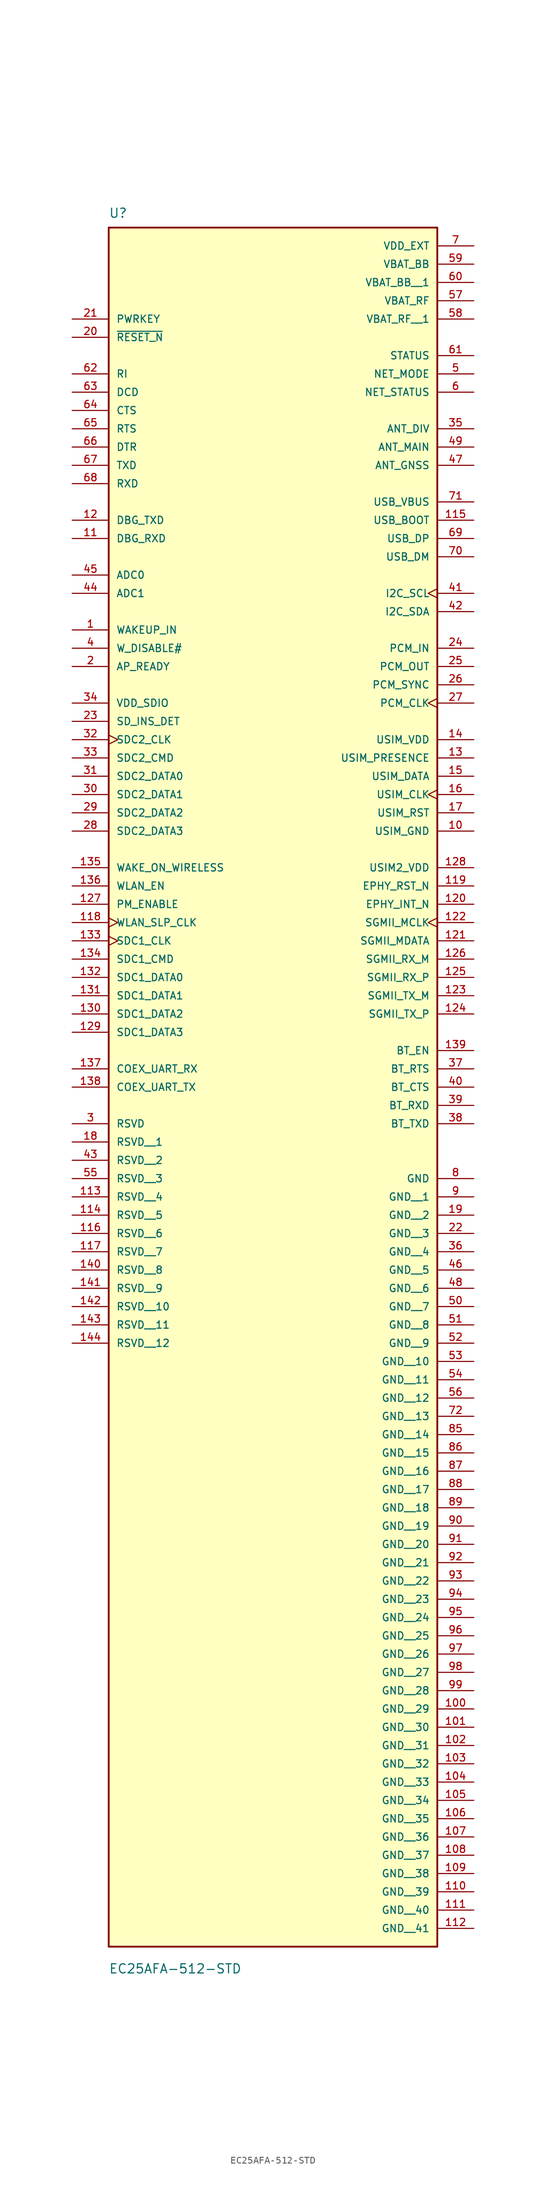
<source format=kicad_sym>
(kicad_symbol_lib
  (version 20231120)
  (generator "kicad_symbol_editor")
  (generator_version "8.0")
  (symbol "EC25AFA-512-STD"
    (pin_names
      (offset 1.016))
    (property "Reference" "U"
      (at -22.86 64.77 0)
      (effects (font (size 1.27 1.27)) (justify left bottom)))
    (property "Value" "EC25AFA-512-STD"
      (at -22.86 -179.07 0)
      (effects (font (size 1.27 1.27)) (justify left bottom)))
    (symbol "EC25AFA-512-STD_0_0"
      (rectangle (start -22.86 -175.26) (end 22.86 63.5) (stroke (width 0.254) (type default)) (fill (type background)))
      (pin input line (at -27.94 7.62 0) (length 5.08) (name "WAKEUP_IN" (effects (font (size 1.016 1.016)))) (number "1" (effects (font (size 1.016 1.016)))))
      (pin power_in line (at 27.94 -20.32 180) (length 5.08) (name "USIM_GND" (effects (font (size 1.016 1.016)))) (number "10" (effects (font (size 1.016 1.016)))))
      (pin power_in line (at 27.94 -142.24 180) (length 5.08) (name "GND__29" (effects (font (size 1.016 1.016)))) (number "100" (effects (font (size 1.016 1.016)))))
      (pin power_in line (at 27.94 -144.78 180) (length 5.08) (name "GND__30" (effects (font (size 1.016 1.016)))) (number "101" (effects (font (size 1.016 1.016)))))
      (pin power_in line (at 27.94 -147.32 180) (length 5.08) (name "GND__31" (effects (font (size 1.016 1.016)))) (number "102" (effects (font (size 1.016 1.016)))))
      (pin power_in line (at 27.94 -149.86 180) (length 5.08) (name "GND__32" (effects (font (size 1.016 1.016)))) (number "103" (effects (font (size 1.016 1.016)))))
      (pin power_in line (at 27.94 -152.4 180) (length 5.08) (name "GND__33" (effects (font (size 1.016 1.016)))) (number "104" (effects (font (size 1.016 1.016)))))
      (pin power_in line (at 27.94 -154.94 180) (length 5.08) (name "GND__34" (effects (font (size 1.016 1.016)))) (number "105" (effects (font (size 1.016 1.016)))))
      (pin power_in line (at 27.94 -157.48 180) (length 5.08) (name "GND__35" (effects (font (size 1.016 1.016)))) (number "106" (effects (font (size 1.016 1.016)))))
      (pin power_in line (at 27.94 -160.02 180) (length 5.08) (name "GND__36" (effects (font (size 1.016 1.016)))) (number "107" (effects (font (size 1.016 1.016)))))
      (pin power_in line (at 27.94 -162.56 180) (length 5.08) (name "GND__37" (effects (font (size 1.016 1.016)))) (number "108" (effects (font (size 1.016 1.016)))))
      (pin power_in line (at 27.94 -165.1 180) (length 5.08) (name "GND__38" (effects (font (size 1.016 1.016)))) (number "109" (effects (font (size 1.016 1.016)))))
      (pin input line (at -27.94 20.32 0) (length 5.08) (name "DBG_RXD" (effects (font (size 1.016 1.016)))) (number "11" (effects (font (size 1.016 1.016)))))
      (pin power_in line (at 27.94 -167.64 180) (length 5.08) (name "GND__39" (effects (font (size 1.016 1.016)))) (number "110" (effects (font (size 1.016 1.016)))))
      (pin power_in line (at 27.94 -170.18 180) (length 5.08) (name "GND__40" (effects (font (size 1.016 1.016)))) (number "111" (effects (font (size 1.016 1.016)))))
      (pin power_in line (at 27.94 -172.72 180) (length 5.08) (name "GND__41" (effects (font (size 1.016 1.016)))) (number "112" (effects (font (size 1.016 1.016)))))
      (pin passive line (at -27.94 -71.12 0) (length 5.08) (name "RSVD__4" (effects (font (size 1.016 1.016)))) (number "113" (effects (font (size 1.016 1.016)))))
      (pin passive line (at -27.94 -73.66 0) (length 5.08) (name "RSVD__5" (effects (font (size 1.016 1.016)))) (number "114" (effects (font (size 1.016 1.016)))))
      (pin input line (at 27.94 22.86 180) (length 5.08) (name "USB_BOOT" (effects (font (size 1.016 1.016)))) (number "115" (effects (font (size 1.016 1.016)))))
      (pin passive line (at -27.94 -76.2 0) (length 5.08) (name "RSVD__6" (effects (font (size 1.016 1.016)))) (number "116" (effects (font (size 1.016 1.016)))))
      (pin passive line (at -27.94 -78.74 0) (length 5.08) (name "RSVD__7" (effects (font (size 1.016 1.016)))) (number "117" (effects (font (size 1.016 1.016)))))
      (pin output clock (at -27.94 -33.02 0) (length 5.08) (name "WLAN_SLP_CLK" (effects (font (size 1.016 1.016)))) (number "118" (effects (font (size 1.016 1.016)))))
      (pin output line (at 27.94 -27.94 180) (length 5.08) (name "EPHY_RST_N" (effects (font (size 1.016 1.016)))) (number "119" (effects (font (size 1.016 1.016)))))
      (pin output line (at -27.94 22.86 0) (length 5.08) (name "DBG_TXD" (effects (font (size 1.016 1.016)))) (number "12" (effects (font (size 1.016 1.016)))))
      (pin input line (at 27.94 -30.48 180) (length 5.08) (name "EPHY_INT_N" (effects (font (size 1.016 1.016)))) (number "120" (effects (font (size 1.016 1.016)))))
      (pin bidirectional line (at 27.94 -35.56 180) (length 5.08) (name "SGMII_MDATA" (effects (font (size 1.016 1.016)))) (number "121" (effects (font (size 1.016 1.016)))))
      (pin output clock (at 27.94 -33.02 180) (length 5.08) (name "SGMII_MCLK" (effects (font (size 1.016 1.016)))) (number "122" (effects (font (size 1.016 1.016)))))
      (pin output line (at 27.94 -43.18 180) (length 5.08) (name "SGMII_TX_M" (effects (font (size 1.016 1.016)))) (number "123" (effects (font (size 1.016 1.016)))))
      (pin output line (at 27.94 -45.72 180) (length 5.08) (name "SGMII_TX_P" (effects (font (size 1.016 1.016)))) (number "124" (effects (font (size 1.016 1.016)))))
      (pin input line (at 27.94 -40.64 180) (length 5.08) (name "SGMII_RX_P" (effects (font (size 1.016 1.016)))) (number "125" (effects (font (size 1.016 1.016)))))
      (pin input line (at 27.94 -38.1 180) (length 5.08) (name "SGMII_RX_M" (effects (font (size 1.016 1.016)))) (number "126" (effects (font (size 1.016 1.016)))))
      (pin output line (at -27.94 -30.48 0) (length 5.08) (name "PM_ENABLE" (effects (font (size 1.016 1.016)))) (number "127" (effects (font (size 1.016 1.016)))))
      (pin power_in line (at 27.94 -25.4 180) (length 5.08) (name "USIM2_VDD" (effects (font (size 1.016 1.016)))) (number "128" (effects (font (size 1.016 1.016)))))
      (pin bidirectional line (at -27.94 -48.26 0) (length 5.08) (name "SDC1_DATA3" (effects (font (size 1.016 1.016)))) (number "129" (effects (font (size 1.016 1.016)))))
      (pin input line (at 27.94 -10.16 180) (length 5.08) (name "USIM_PRESENCE" (effects (font (size 1.016 1.016)))) (number "13" (effects (font (size 1.016 1.016)))))
      (pin bidirectional line (at -27.94 -45.72 0) (length 5.08) (name "SDC1_DATA2" (effects (font (size 1.016 1.016)))) (number "130" (effects (font (size 1.016 1.016)))))
      (pin bidirectional line (at -27.94 -43.18 0) (length 5.08) (name "SDC1_DATA1" (effects (font (size 1.016 1.016)))) (number "131" (effects (font (size 1.016 1.016)))))
      (pin bidirectional line (at -27.94 -40.64 0) (length 5.08) (name "SDC1_DATA0" (effects (font (size 1.016 1.016)))) (number "132" (effects (font (size 1.016 1.016)))))
      (pin output clock (at -27.94 -35.56 0) (length 5.08) (name "SDC1_CLK" (effects (font (size 1.016 1.016)))) (number "133" (effects (font (size 1.016 1.016)))))
      (pin output line (at -27.94 -38.1 0) (length 5.08) (name "SDC1_CMD" (effects (font (size 1.016 1.016)))) (number "134" (effects (font (size 1.016 1.016)))))
      (pin input line (at -27.94 -25.4 0) (length 5.08) (name "WAKE_ON_WIRELESS" (effects (font (size 1.016 1.016)))) (number "135" (effects (font (size 1.016 1.016)))))
      (pin output line (at -27.94 -27.94 0) (length 5.08) (name "WLAN_EN" (effects (font (size 1.016 1.016)))) (number "136" (effects (font (size 1.016 1.016)))))
      (pin input line (at -27.94 -53.34 0) (length 5.08) (name "COEX_UART_RX" (effects (font (size 1.016 1.016)))) (number "137" (effects (font (size 1.016 1.016)))))
      (pin output line (at -27.94 -55.88 0) (length 5.08) (name "COEX_UART_TX" (effects (font (size 1.016 1.016)))) (number "138" (effects (font (size 1.016 1.016)))))
      (pin output line (at 27.94 -50.8 180) (length 5.08) (name "BT_EN" (effects (font (size 1.016 1.016)))) (number "139" (effects (font (size 1.016 1.016)))))
      (pin power_in line (at 27.94 -7.62 180) (length 5.08) (name "USIM_VDD" (effects (font (size 1.016 1.016)))) (number "14" (effects (font (size 1.016 1.016)))))
      (pin passive line (at -27.94 -81.28 0) (length 5.08) (name "RSVD__8" (effects (font (size 1.016 1.016)))) (number "140" (effects (font (size 1.016 1.016)))))
      (pin passive line (at -27.94 -83.82 0) (length 5.08) (name "RSVD__9" (effects (font (size 1.016 1.016)))) (number "141" (effects (font (size 1.016 1.016)))))
      (pin passive line (at -27.94 -86.36 0) (length 5.08) (name "RSVD__10" (effects (font (size 1.016 1.016)))) (number "142" (effects (font (size 1.016 1.016)))))
      (pin passive line (at -27.94 -88.9 0) (length 5.08) (name "RSVD__11" (effects (font (size 1.016 1.016)))) (number "143" (effects (font (size 1.016 1.016)))))
      (pin passive line (at -27.94 -91.44 0) (length 5.08) (name "RSVD__12" (effects (font (size 1.016 1.016)))) (number "144" (effects (font (size 1.016 1.016)))))
      (pin bidirectional line (at 27.94 -12.7 180) (length 5.08) (name "USIM_DATA" (effects (font (size 1.016 1.016)))) (number "15" (effects (font (size 1.016 1.016)))))
      (pin output clock (at 27.94 -15.24 180) (length 5.08) (name "USIM_CLK" (effects (font (size 1.016 1.016)))) (number "16" (effects (font (size 1.016 1.016)))))
      (pin output line (at 27.94 -17.78 180) (length 5.08) (name "USIM_RST" (effects (font (size 1.016 1.016)))) (number "17" (effects (font (size 1.016 1.016)))))
      (pin passive line (at -27.94 -63.5 0) (length 5.08) (name "RSVD__1" (effects (font (size 1.016 1.016)))) (number "18" (effects (font (size 1.016 1.016)))))
      (pin power_in line (at 27.94 -73.66 180) (length 5.08) (name "GND__2" (effects (font (size 1.016 1.016)))) (number "19" (effects (font (size 1.016 1.016)))))
      (pin input line (at -27.94 2.54 0) (length 5.08) (name "AP_READY" (effects (font (size 1.016 1.016)))) (number "2" (effects (font (size 1.016 1.016)))))
      (pin input line (at -27.94 48.26 0) (length 5.08) (name "~{RESET_N}" (effects (font (size 1.016 1.016)))) (number "20" (effects (font (size 1.016 1.016)))))
      (pin input line (at -27.94 50.8 0) (length 5.08) (name "PWRKEY" (effects (font (size 1.016 1.016)))) (number "21" (effects (font (size 1.016 1.016)))))
      (pin power_in line (at 27.94 -76.2 180) (length 5.08) (name "GND__3" (effects (font (size 1.016 1.016)))) (number "22" (effects (font (size 1.016 1.016)))))
      (pin input line (at -27.94 -5.08 0) (length 5.08) (name "SD_INS_DET" (effects (font (size 1.016 1.016)))) (number "23" (effects (font (size 1.016 1.016)))))
      (pin input line (at 27.94 5.08 180) (length 5.08) (name "PCM_IN" (effects (font (size 1.016 1.016)))) (number "24" (effects (font (size 1.016 1.016)))))
      (pin output line (at 27.94 2.54 180) (length 5.08) (name "PCM_OUT" (effects (font (size 1.016 1.016)))) (number "25" (effects (font (size 1.016 1.016)))))
      (pin bidirectional line (at 27.94 0 180) (length 5.08) (name "PCM_SYNC" (effects (font (size 1.016 1.016)))) (number "26" (effects (font (size 1.016 1.016)))))
      (pin bidirectional clock (at 27.94 -2.54 180) (length 5.08) (name "PCM_CLK" (effects (font (size 1.016 1.016)))) (number "27" (effects (font (size 1.016 1.016)))))
      (pin bidirectional line (at -27.94 -20.32 0) (length 5.08) (name "SDC2_DATA3" (effects (font (size 1.016 1.016)))) (number "28" (effects (font (size 1.016 1.016)))))
      (pin bidirectional line (at -27.94 -17.78 0) (length 5.08) (name "SDC2_DATA2" (effects (font (size 1.016 1.016)))) (number "29" (effects (font (size 1.016 1.016)))))
      (pin passive line (at -27.94 -60.96 0) (length 5.08) (name "RSVD" (effects (font (size 1.016 1.016)))) (number "3" (effects (font (size 1.016 1.016)))))
      (pin bidirectional line (at -27.94 -15.24 0) (length 5.08) (name "SDC2_DATA1" (effects (font (size 1.016 1.016)))) (number "30" (effects (font (size 1.016 1.016)))))
      (pin bidirectional line (at -27.94 -12.7 0) (length 5.08) (name "SDC2_DATA0" (effects (font (size 1.016 1.016)))) (number "31" (effects (font (size 1.016 1.016)))))
      (pin output clock (at -27.94 -7.62 0) (length 5.08) (name "SDC2_CLK" (effects (font (size 1.016 1.016)))) (number "32" (effects (font (size 1.016 1.016)))))
      (pin bidirectional line (at -27.94 -10.16 0) (length 5.08) (name "SDC2_CMD" (effects (font (size 1.016 1.016)))) (number "33" (effects (font (size 1.016 1.016)))))
      (pin power_in line (at -27.94 -2.54 0) (length 5.08) (name "VDD_SDIO" (effects (font (size 1.016 1.016)))) (number "34" (effects (font (size 1.016 1.016)))))
      (pin input line (at 27.94 35.56 180) (length 5.08) (name "ANT_DIV" (effects (font (size 1.016 1.016)))) (number "35" (effects (font (size 1.016 1.016)))))
      (pin power_in line (at 27.94 -78.74 180) (length 5.08) (name "GND__4" (effects (font (size 1.016 1.016)))) (number "36" (effects (font (size 1.016 1.016)))))
      (pin input line (at 27.94 -53.34 180) (length 5.08) (name "BT_RTS" (effects (font (size 1.016 1.016)))) (number "37" (effects (font (size 1.016 1.016)))))
      (pin output line (at 27.94 -60.96 180) (length 5.08) (name "BT_TXD" (effects (font (size 1.016 1.016)))) (number "38" (effects (font (size 1.016 1.016)))))
      (pin input line (at 27.94 -58.42 180) (length 5.08) (name "BT_RXD" (effects (font (size 1.016 1.016)))) (number "39" (effects (font (size 1.016 1.016)))))
      (pin input line (at -27.94 5.08 0) (length 5.08) (name "W_DISABLE#" (effects (font (size 1.016 1.016)))) (number "4" (effects (font (size 1.016 1.016)))))
      (pin output line (at 27.94 -55.88 180) (length 5.08) (name "BT_CTS" (effects (font (size 1.016 1.016)))) (number "40" (effects (font (size 1.016 1.016)))))
      (pin output clock (at 27.94 12.7 180) (length 5.08) (name "I2C_SCL" (effects (font (size 1.016 1.016)))) (number "41" (effects (font (size 1.016 1.016)))))
      (pin output line (at 27.94 10.16 180) (length 5.08) (name "I2C_SDA" (effects (font (size 1.016 1.016)))) (number "42" (effects (font (size 1.016 1.016)))))
      (pin passive line (at -27.94 -66.04 0) (length 5.08) (name "RSVD__2" (effects (font (size 1.016 1.016)))) (number "43" (effects (font (size 1.016 1.016)))))
      (pin input line (at -27.94 12.7 0) (length 5.08) (name "ADC1" (effects (font (size 1.016 1.016)))) (number "44" (effects (font (size 1.016 1.016)))))
      (pin input line (at -27.94 15.24 0) (length 5.08) (name "ADC0" (effects (font (size 1.016 1.016)))) (number "45" (effects (font (size 1.016 1.016)))))
      (pin power_in line (at 27.94 -81.28 180) (length 5.08) (name "GND__5" (effects (font (size 1.016 1.016)))) (number "46" (effects (font (size 1.016 1.016)))))
      (pin input line (at 27.94 30.48 180) (length 5.08) (name "ANT_GNSS" (effects (font (size 1.016 1.016)))) (number "47" (effects (font (size 1.016 1.016)))))
      (pin power_in line (at 27.94 -83.82 180) (length 5.08) (name "GND__6" (effects (font (size 1.016 1.016)))) (number "48" (effects (font (size 1.016 1.016)))))
      (pin bidirectional line (at 27.94 33.02 180) (length 5.08) (name "ANT_MAIN" (effects (font (size 1.016 1.016)))) (number "49" (effects (font (size 1.016 1.016)))))
      (pin output line (at 27.94 43.18 180) (length 5.08) (name "NET_MODE" (effects (font (size 1.016 1.016)))) (number "5" (effects (font (size 1.016 1.016)))))
      (pin power_in line (at 27.94 -86.36 180) (length 5.08) (name "GND__7" (effects (font (size 1.016 1.016)))) (number "50" (effects (font (size 1.016 1.016)))))
      (pin power_in line (at 27.94 -88.9 180) (length 5.08) (name "GND__8" (effects (font (size 1.016 1.016)))) (number "51" (effects (font (size 1.016 1.016)))))
      (pin power_in line (at 27.94 -91.44 180) (length 5.08) (name "GND__9" (effects (font (size 1.016 1.016)))) (number "52" (effects (font (size 1.016 1.016)))))
      (pin power_in line (at 27.94 -93.98 180) (length 5.08) (name "GND__10" (effects (font (size 1.016 1.016)))) (number "53" (effects (font (size 1.016 1.016)))))
      (pin power_in line (at 27.94 -96.52 180) (length 5.08) (name "GND__11" (effects (font (size 1.016 1.016)))) (number "54" (effects (font (size 1.016 1.016)))))
      (pin passive line (at -27.94 -68.58 0) (length 5.08) (name "RSVD__3" (effects (font (size 1.016 1.016)))) (number "55" (effects (font (size 1.016 1.016)))))
      (pin power_in line (at 27.94 -99.06 180) (length 5.08) (name "GND__12" (effects (font (size 1.016 1.016)))) (number "56" (effects (font (size 1.016 1.016)))))
      (pin power_in line (at 27.94 53.34 180) (length 5.08) (name "VBAT_RF" (effects (font (size 1.016 1.016)))) (number "57" (effects (font (size 1.016 1.016)))))
      (pin power_in line (at 27.94 50.8 180) (length 5.08) (name "VBAT_RF__1" (effects (font (size 1.016 1.016)))) (number "58" (effects (font (size 1.016 1.016)))))
      (pin power_in line (at 27.94 58.42 180) (length 5.08) (name "VBAT_BB" (effects (font (size 1.016 1.016)))) (number "59" (effects (font (size 1.016 1.016)))))
      (pin output line (at 27.94 40.64 180) (length 5.08) (name "NET_STATUS" (effects (font (size 1.016 1.016)))) (number "6" (effects (font (size 1.016 1.016)))))
      (pin power_in line (at 27.94 55.88 180) (length 5.08) (name "VBAT_BB__1" (effects (font (size 1.016 1.016)))) (number "60" (effects (font (size 1.016 1.016)))))
      (pin output line (at 27.94 45.72 180) (length 5.08) (name "STATUS" (effects (font (size 1.016 1.016)))) (number "61" (effects (font (size 1.016 1.016)))))
      (pin output line (at -27.94 43.18 0) (length 5.08) (name "RI" (effects (font (size 1.016 1.016)))) (number "62" (effects (font (size 1.016 1.016)))))
      (pin output line (at -27.94 40.64 0) (length 5.08) (name "DCD" (effects (font (size 1.016 1.016)))) (number "63" (effects (font (size 1.016 1.016)))))
      (pin output line (at -27.94 38.1 0) (length 5.08) (name "CTS" (effects (font (size 1.016 1.016)))) (number "64" (effects (font (size 1.016 1.016)))))
      (pin input line (at -27.94 35.56 0) (length 5.08) (name "RTS" (effects (font (size 1.016 1.016)))) (number "65" (effects (font (size 1.016 1.016)))))
      (pin input line (at -27.94 33.02 0) (length 5.08) (name "DTR" (effects (font (size 1.016 1.016)))) (number "66" (effects (font (size 1.016 1.016)))))
      (pin output line (at -27.94 30.48 0) (length 5.08) (name "TXD" (effects (font (size 1.016 1.016)))) (number "67" (effects (font (size 1.016 1.016)))))
      (pin input line (at -27.94 27.94 0) (length 5.08) (name "RXD" (effects (font (size 1.016 1.016)))) (number "68" (effects (font (size 1.016 1.016)))))
      (pin bidirectional line (at 27.94 20.32 180) (length 5.08) (name "USB_DP" (effects (font (size 1.016 1.016)))) (number "69" (effects (font (size 1.016 1.016)))))
      (pin power_in line (at 27.94 60.96 180) (length 5.08) (name "VDD_EXT" (effects (font (size 1.016 1.016)))) (number "7" (effects (font (size 1.016 1.016)))))
      (pin bidirectional line (at 27.94 17.78 180) (length 5.08) (name "USB_DM" (effects (font (size 1.016 1.016)))) (number "70" (effects (font (size 1.016 1.016)))))
      (pin input line (at 27.94 25.4 180) (length 5.08) (name "USB_VBUS" (effects (font (size 1.016 1.016)))) (number "71" (effects (font (size 1.016 1.016)))))
      (pin power_in line (at 27.94 -101.6 180) (length 5.08) (name "GND__13" (effects (font (size 1.016 1.016)))) (number "72" (effects (font (size 1.016 1.016)))))
      (pin power_in line (at 27.94 -68.58 180) (length 5.08) (name "GND" (effects (font (size 1.016 1.016)))) (number "8" (effects (font (size 1.016 1.016)))))
      (pin power_in line (at 27.94 -104.14 180) (length 5.08) (name "GND__14" (effects (font (size 1.016 1.016)))) (number "85" (effects (font (size 1.016 1.016)))))
      (pin power_in line (at 27.94 -106.68 180) (length 5.08) (name "GND__15" (effects (font (size 1.016 1.016)))) (number "86" (effects (font (size 1.016 1.016)))))
      (pin power_in line (at 27.94 -109.22 180) (length 5.08) (name "GND__16" (effects (font (size 1.016 1.016)))) (number "87" (effects (font (size 1.016 1.016)))))
      (pin power_in line (at 27.94 -111.76 180) (length 5.08) (name "GND__17" (effects (font (size 1.016 1.016)))) (number "88" (effects (font (size 1.016 1.016)))))
      (pin power_in line (at 27.94 -114.3 180) (length 5.08) (name "GND__18" (effects (font (size 1.016 1.016)))) (number "89" (effects (font (size 1.016 1.016)))))
      (pin power_in line (at 27.94 -71.12 180) (length 5.08) (name "GND__1" (effects (font (size 1.016 1.016)))) (number "9" (effects (font (size 1.016 1.016)))))
      (pin power_in line (at 27.94 -116.84 180) (length 5.08) (name "GND__19" (effects (font (size 1.016 1.016)))) (number "90" (effects (font (size 1.016 1.016)))))
      (pin power_in line (at 27.94 -119.38 180) (length 5.08) (name "GND__20" (effects (font (size 1.016 1.016)))) (number "91" (effects (font (size 1.016 1.016)))))
      (pin power_in line (at 27.94 -121.92 180) (length 5.08) (name "GND__21" (effects (font (size 1.016 1.016)))) (number "92" (effects (font (size 1.016 1.016)))))
      (pin power_in line (at 27.94 -124.46 180) (length 5.08) (name "GND__22" (effects (font (size 1.016 1.016)))) (number "93" (effects (font (size 1.016 1.016)))))
      (pin power_in line (at 27.94 -127 180) (length 5.08) (name "GND__23" (effects (font (size 1.016 1.016)))) (number "94" (effects (font (size 1.016 1.016)))))
      (pin power_in line (at 27.94 -129.54 180) (length 5.08) (name "GND__24" (effects (font (size 1.016 1.016)))) (number "95" (effects (font (size 1.016 1.016)))))
      (pin power_in line (at 27.94 -132.08 180) (length 5.08) (name "GND__25" (effects (font (size 1.016 1.016)))) (number "96" (effects (font (size 1.016 1.016)))))
      (pin power_in line (at 27.94 -134.62 180) (length 5.08) (name "GND__26" (effects (font (size 1.016 1.016)))) (number "97" (effects (font (size 1.016 1.016)))))
      (pin power_in line (at 27.94 -137.16 180) (length 5.08) (name "GND__27" (effects (font (size 1.016 1.016)))) (number "98" (effects (font (size 1.016 1.016)))))
      (pin power_in line (at 27.94 -139.7 180) (length 5.08) (name "GND__28" (effects (font (size 1.016 1.016)))) (number "99" (effects (font (size 1.016 1.016))))))))
</source>
